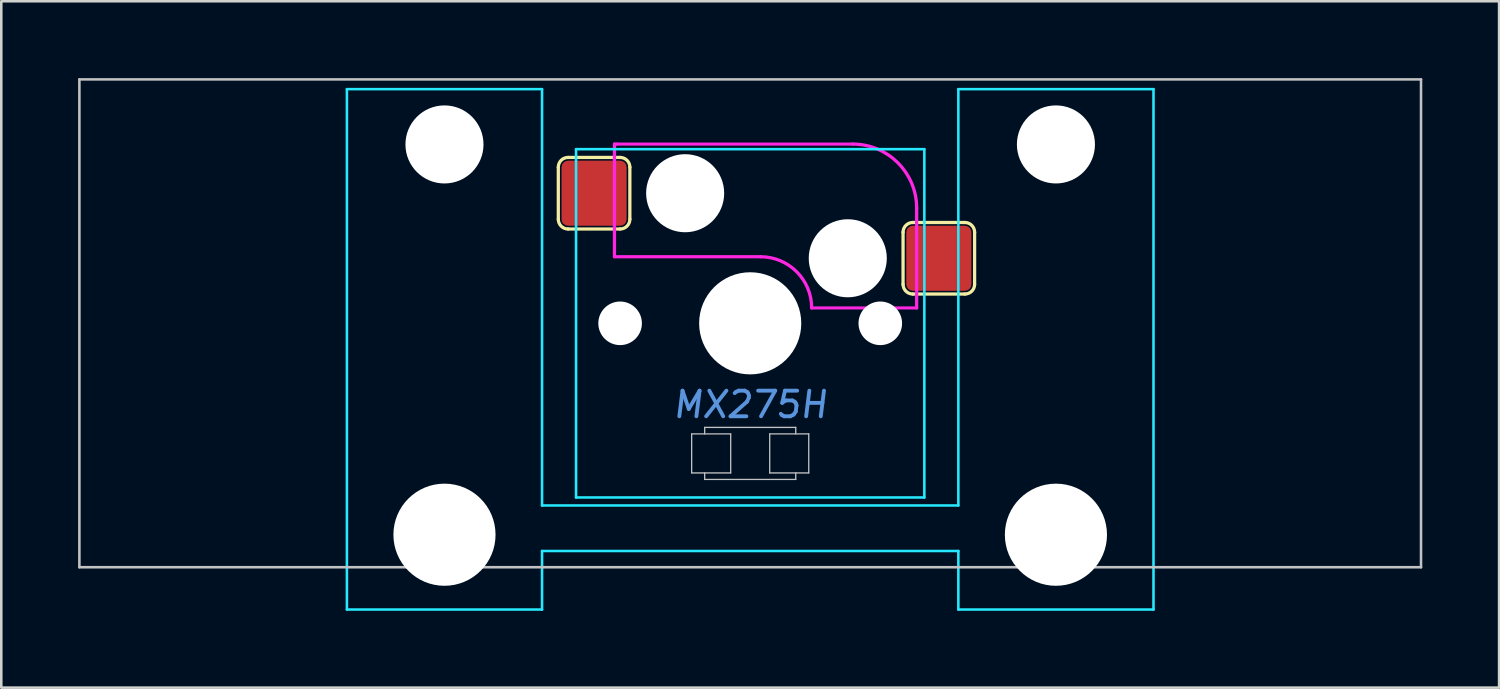
<source format=kicad_pcb>
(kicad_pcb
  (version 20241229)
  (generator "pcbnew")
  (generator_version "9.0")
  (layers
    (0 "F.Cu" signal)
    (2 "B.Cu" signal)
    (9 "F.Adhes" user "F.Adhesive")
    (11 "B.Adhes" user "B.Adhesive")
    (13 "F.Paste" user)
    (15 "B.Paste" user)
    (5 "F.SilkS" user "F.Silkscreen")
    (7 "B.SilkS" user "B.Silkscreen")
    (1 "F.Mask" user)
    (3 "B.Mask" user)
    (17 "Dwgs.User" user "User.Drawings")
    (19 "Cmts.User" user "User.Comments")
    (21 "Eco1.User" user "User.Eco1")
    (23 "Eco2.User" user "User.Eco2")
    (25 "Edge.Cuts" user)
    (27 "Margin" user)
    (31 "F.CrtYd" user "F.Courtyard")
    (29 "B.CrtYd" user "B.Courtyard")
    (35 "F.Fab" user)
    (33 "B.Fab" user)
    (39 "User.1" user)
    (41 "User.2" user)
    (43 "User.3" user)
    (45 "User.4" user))
  (footprint "MX275H"
    (layer "F.Cu")
    (at 26.244 9.575)
    (property "Reference" "MX275H" (at 0 3.175 0) (layer "Cmts.User") (effects (font (size 1 1) (thickness 0.15) (italic yes))))
    (attr smd)
    (fp_line (start -7.493 -6.096) (end -7.493 -4.064) (stroke (width 0.127) (type solid)) (layer "F.SilkS"))
    (fp_line (start -7.112 -3.683) (end -5.08 -3.683) (stroke (width 0.127) (type solid)) (layer "F.SilkS"))
    (fp_line (start -5.08 -6.477) (end -7.112 -6.477) (stroke (width 0.127) (type solid)) (layer "F.SilkS"))
    (fp_line (start -4.699 -4.064) (end -4.699 -6.096) (stroke (width 0.127) (type solid)) (layer "F.SilkS"))
    (fp_line (start 5.969 -3.556) (end 5.969 -1.524) (stroke (width 0.127) (type solid)) (layer "F.SilkS"))
    (fp_line (start 6.35 -1.143) (end 8.382 -1.143) (stroke (width 0.127) (type solid)) (layer "F.SilkS"))
    (fp_line (start 8.382 -3.937) (end 6.35 -3.937) (stroke (width 0.127) (type solid)) (layer "F.SilkS"))
    (fp_line (start 8.763 -1.524) (end 8.763 -3.556) (stroke (width 0.127) (type solid)) (layer "F.SilkS"))
    (fp_arc (start -7.493 -6.096) (mid -7.381408 -6.365408) (end -7.112 -6.477) (stroke (width 0.127) (type solid)) (layer "F.SilkS"))
    (fp_arc (start -7.112 -3.683) (mid -7.381408 -3.794592) (end -7.493 -4.064) (stroke (width 0.127) (type solid)) (layer "F.SilkS"))
    (fp_arc (start -5.08 -6.477) (mid -4.810592 -6.365408) (end -4.699 -6.096) (stroke (width 0.127) (type solid)) (layer "F.SilkS"))
    (fp_arc (start -4.699 -4.064) (mid -4.810592 -3.794592) (end -5.08 -3.683) (stroke (width 0.127) (type solid)) (layer "F.SilkS"))
    (fp_arc (start 5.969 -3.556) (mid 6.080592 -3.825408) (end 6.35 -3.937) (stroke (width 0.127) (type solid)) (layer "F.SilkS"))
    (fp_arc (start 6.35 -1.143) (mid 6.080592 -1.254592) (end 5.969 -1.524) (stroke (width 0.127) (type solid)) (layer "F.SilkS"))
    (fp_arc (start 8.382 -3.937) (mid 8.651408 -3.825408) (end 8.763 -3.556) (stroke (width 0.127) (type solid)) (layer "F.SilkS"))
    (fp_arc (start 8.763 -1.524) (mid 8.651408 -1.254592) (end 8.382 -1.143) (stroke (width 0.127) (type solid)) (layer "F.SilkS"))
    (fp_line (start -26.194 -9.525) (end -26.194 9.525) (stroke (width 0.1) (type solid)) (layer "Dwgs.User"))
    (fp_line (start -26.194 -9.525) (end 26.194 -9.525) (stroke (width 0.1) (type solid)) (layer "Dwgs.User"))
    (fp_line (start -26.194 9.525) (end 26.194 9.525) (stroke (width 0.1) (type solid)) (layer "Dwgs.User"))
    (fp_line (start -2.286 4.318) (end -0.762 4.318) (stroke (width 0.051) (type solid)) (layer "Dwgs.User"))
    (fp_line (start -2.286 5.842) (end -2.286 4.318) (stroke (width 0.051) (type solid)) (layer "Dwgs.User"))
    (fp_line (start -1.778 4.064) (end 1.778 4.064) (stroke (width 0.051) (type solid)) (layer "Dwgs.User"))
    (fp_line (start -1.778 4.318) (end -1.778 4.064) (stroke (width 0.051) (type solid)) (layer "Dwgs.User"))
    (fp_line (start -1.778 6.096) (end -1.778 5.842) (stroke (width 0.051) (type solid)) (layer "Dwgs.User"))
    (fp_line (start -0.762 4.318) (end -0.762 5.842) (stroke (width 0.051) (type solid)) (layer "Dwgs.User"))
    (fp_line (start -0.762 5.842) (end -2.286 5.842) (stroke (width 0.051) (type solid)) (layer "Dwgs.User"))
    (fp_line (start 0.762 4.318) (end 2.286 4.318) (stroke (width 0.051) (type solid)) (layer "Dwgs.User"))
    (fp_line (start 0.762 5.842) (end 0.762 4.318) (stroke (width 0.051) (type solid)) (layer "Dwgs.User"))
    (fp_line (start 1.778 4.064) (end 1.778 4.318) (stroke (width 0.051) (type solid)) (layer "Dwgs.User"))
    (fp_line (start 1.778 5.842) (end 1.778 6.096) (stroke (width 0.051) (type solid)) (layer "Dwgs.User"))
    (fp_line (start 1.778 6.096) (end -1.778 6.096) (stroke (width 0.051) (type solid)) (layer "Dwgs.User"))
    (fp_line (start 2.286 4.318) (end 2.286 5.842) (stroke (width 0.051) (type solid)) (layer "Dwgs.User"))
    (fp_line (start 2.286 5.842) (end 0.762 5.842) (stroke (width 0.051) (type solid)) (layer "Dwgs.User"))
    (fp_line (start 26.194 -9.525) (end 26.194 9.525) (stroke (width 0.1) (type solid)) (layer "Dwgs.User"))
    (fp_line (start -15.438 -5.485) (end -15.438 8.515) (stroke (width 0.1) (type solid)) (layer "Eco1.User"))
    (fp_line (start -14.938 -5.985) (end -8.938 -5.985) (stroke (width 0.1) (type solid)) (layer "Eco1.User"))
    (fp_line (start -8.938 9.015) (end -14.938 9.015) (stroke (width 0.1) (type solid)) (layer "Eco1.User"))
    (fp_line (start -8.438 8.515) (end -8.438 -5.485) (stroke (width 0.1) (type solid)) (layer "Eco1.User"))
    (fp_line (start -7 -6.5) (end -7 6.5) (stroke (width 0.1) (type solid)) (layer "Eco1.User"))
    (fp_line (start -6.5 7) (end 6.5 7) (stroke (width 0.1) (type solid)) (layer "Eco1.User"))
    (fp_line (start 6.5 -7) (end -6.5 -7) (stroke (width 0.1) (type solid)) (layer "Eco1.User"))
    (fp_line (start 7 6.5) (end 7 -6.5) (stroke (width 0.1) (type solid)) (layer "Eco1.User"))
    (fp_line (start 8.438 -5.485) (end 8.438 8.515) (stroke (width 0.1) (type solid)) (layer "Eco1.User"))
    (fp_line (start 8.938 -5.985) (end 14.938 -5.985) (stroke (width 0.1) (type solid)) (layer "Eco1.User"))
    (fp_line (start 14.938 9.015) (end 8.938 9.015) (stroke (width 0.1) (type solid)) (layer "Eco1.User"))
    (fp_line (start 15.438 8.515) (end 15.438 -5.485) (stroke (width 0.1) (type solid)) (layer "Eco1.User"))
    (fp_arc (start -15.438 -5.485) (mid -15.291553 -5.838553) (end -14.938 -5.985) (stroke (width 0.1) (type solid)) (layer "Eco1.User"))
    (fp_arc (start -14.938 9.015) (mid -15.291553 8.868553) (end -15.438 8.515) (stroke (width 0.1) (type solid)) (layer "Eco1.User"))
    (fp_arc (start -8.938 -5.985) (mid -8.584447 -5.838553) (end -8.438 -5.485) (stroke (width 0.1) (type solid)) (layer "Eco1.User"))
    (fp_arc (start -8.438 8.515) (mid -8.584447 8.868553) (end -8.938 9.015) (stroke (width 0.1) (type solid)) (layer "Eco1.User"))
    (fp_arc (start -7 -6.5) (mid -6.853553 -6.853553) (end -6.5 -7) (stroke (width 0.1) (type solid)) (layer "Eco1.User"))
    (fp_arc (start -6.5 7) (mid -6.853553 6.853553) (end -7 6.5) (stroke (width 0.1) (type solid)) (layer "Eco1.User"))
    (fp_arc (start 6.5 -7) (mid 6.853553 -6.853553) (end 7 -6.5) (stroke (width 0.1) (type solid)) (layer "Eco1.User"))
    (fp_arc (start 7 6.5) (mid 6.853553 6.853553) (end 6.5 7) (stroke (width 0.1) (type solid)) (layer "Eco1.User"))
    (fp_arc (start 8.438 -5.485) (mid 8.584447 -5.838553) (end 8.938 -5.985) (stroke (width 0.1) (type solid)) (layer "Eco1.User"))
    (fp_arc (start 8.938 9.015) (mid 8.584447 8.868553) (end 8.438 8.515) (stroke (width 0.1) (type solid)) (layer "Eco1.User"))
    (fp_arc (start 14.938 -5.985) (mid 15.291553 -5.838553) (end 15.438 -5.485) (stroke (width 0.1) (type solid)) (layer "Eco1.User"))
    (fp_arc (start 15.438 8.515) (mid 15.291553 8.868553) (end 14.938 9.015) (stroke (width 0.1) (type solid)) (layer "Eco1.User"))
    (fp_line (start -15.748 -9.144) (end -15.748 11.176) (stroke (width 0.1) (type solid)) (layer "B.CrtYd"))
    (fp_line (start -15.748 11.176) (end -8.128 11.176) (stroke (width 0.1) (type solid)) (layer "B.CrtYd"))
    (fp_line (start -8.128 -9.144) (end -15.748 -9.144) (stroke (width 0.1) (type solid)) (layer "B.CrtYd"))
    (fp_line (start -8.128 7.112) (end -8.128 -9.144) (stroke (width 0.1) (type solid)) (layer "B.CrtYd"))
    (fp_line (start -8.128 7.112) (end 8.128 7.112) (stroke (width 0.1) (type solid)) (layer "B.CrtYd"))
    (fp_line (start -8.128 8.89) (end -8.128 11.176) (stroke (width 0.1) (type solid)) (layer "B.CrtYd"))
    (fp_line (start -8.128 8.89) (end 8.128 8.89) (stroke (width 0.1) (type solid)) (layer "B.CrtYd"))
    (fp_line (start -6.8 -6.8) (end -6.8 6.8) (stroke (width 0.1) (type solid)) (layer "B.CrtYd"))
    (fp_line (start 6.8 -6.8) (end -6.8 -6.8) (stroke (width 0.1) (type solid)) (layer "B.CrtYd"))
    (fp_line (start 6.8 -6.8) (end 6.8 6.8) (stroke (width 0.1) (type solid)) (layer "B.CrtYd"))
    (fp_line (start 6.8 6.8) (end -6.8 6.8) (stroke (width 0.1) (type solid)) (layer "B.CrtYd"))
    (fp_line (start 8.128 -9.144) (end 15.748 -9.144) (stroke (width 0.1) (type solid)) (layer "B.CrtYd"))
    (fp_line (start 8.128 7.112) (end 8.128 -9.142) (stroke (width 0.1) (type solid)) (layer "B.CrtYd"))
    (fp_line (start 8.128 8.89) (end 8.128 11.176) (stroke (width 0.1) (type solid)) (layer "B.CrtYd"))
    (fp_line (start 15.748 11.176) (end 8.128 11.176) (stroke (width 0.1) (type solid)) (layer "B.CrtYd"))
    (fp_line (start 15.748 11.176) (end 15.748 -9.144) (stroke (width 0.1) (type solid)) (layer "B.CrtYd"))
    (fp_line (start -5.3 -7) (end -5.3 -2.6) (stroke (width 0.127) (type solid)) (layer "F.CrtYd"))
    (fp_line (start -5.2 -7) (end -5.3 -7) (stroke (width 0.12) (type solid)) (layer "F.CrtYd"))
    (fp_line (start 0.4 -2.6) (end -5.3 -2.6) (stroke (width 0.127) (type solid)) (layer "F.CrtYd"))
    (fp_line (start 4 -7) (end -5.2 -7) (stroke (width 0.12) (type solid)) (layer "F.CrtYd"))
    (fp_line (start 6.5 -4.5) (end 6.5 -0.6) (stroke (width 0.127) (type solid)) (layer "F.CrtYd"))
    (fp_line (start 6.5 -0.6) (end 2.4 -0.6) (stroke (width 0.12) (type solid)) (layer "F.CrtYd"))
    (fp_arc (start 0.4 -2.6) (mid 1.814214 -2.014214) (end 2.4 -0.6) (stroke (width 0.127) (type solid)) (layer "F.CrtYd"))
    (fp_arc (start 4 -7) (mid 5.767767 -6.267767) (end 6.5 -4.5) (stroke (width 0.127) (type solid)) (layer "F.CrtYd"))
    (pad "" np_thru_hole circle (at -11.938 -6.985) (size 3.048 3.048) (drill 3.048) (layers "*.Cu" "*.Mask"))
    (pad "" np_thru_hole circle (at -11.938 8.255) (size 3.988 3.988) (drill 3.988) (layers "*.Cu" "*.Mask"))
    (pad "" np_thru_hole circle (at -5.08 0) (size 1.702 1.702) (drill 1.702) (layers "*.Cu" "*.Mask"))
    (pad "" np_thru_hole circle (at -2.54 -5.08) (size 3.048 3.048) (drill 3.048) (layers "*.Cu" "*.Mask"))
    (pad "" np_thru_hole circle (at 0 0) (size 3.988 3.988) (drill 3.988) (layers "*.Cu" "*.Mask"))
    (pad "" np_thru_hole circle (at 3.81 -2.54) (size 3.048 3.048) (drill 3.048) (layers "*.Cu" "*.Mask"))
    (pad "" np_thru_hole circle (at 5.08 0) (size 1.702 1.702) (drill 1.702) (layers "*.Cu" "*.Mask"))
    (pad "" np_thru_hole circle (at 11.938 -6.985) (size 3.048 3.048) (drill 3.048) (layers "*.Cu" "*.Mask"))
    (pad "" np_thru_hole circle (at 11.938 8.255) (size 3.988 3.988) (drill 3.988) (layers "*.Cu" "*.Mask"))
    (pad "1" smd roundrect (at -6.096 -5.08) (size 2.54 2.54) (layers "F.Cu" "F.Mask") (roundrect_rratio 0.1))
    (pad "2" smd roundrect (at 7.366 -2.54) (size 2.54 2.54) (layers "F.Cu" "F.Mask") (roundrect_rratio 0.1)))
  (gr_rect
    (start -3 -3)
    (end 55.487 23.801)
    (stroke (width 0.1) (type default))
    (fill no)
    (layer "Edge.Cuts")))
</source>
